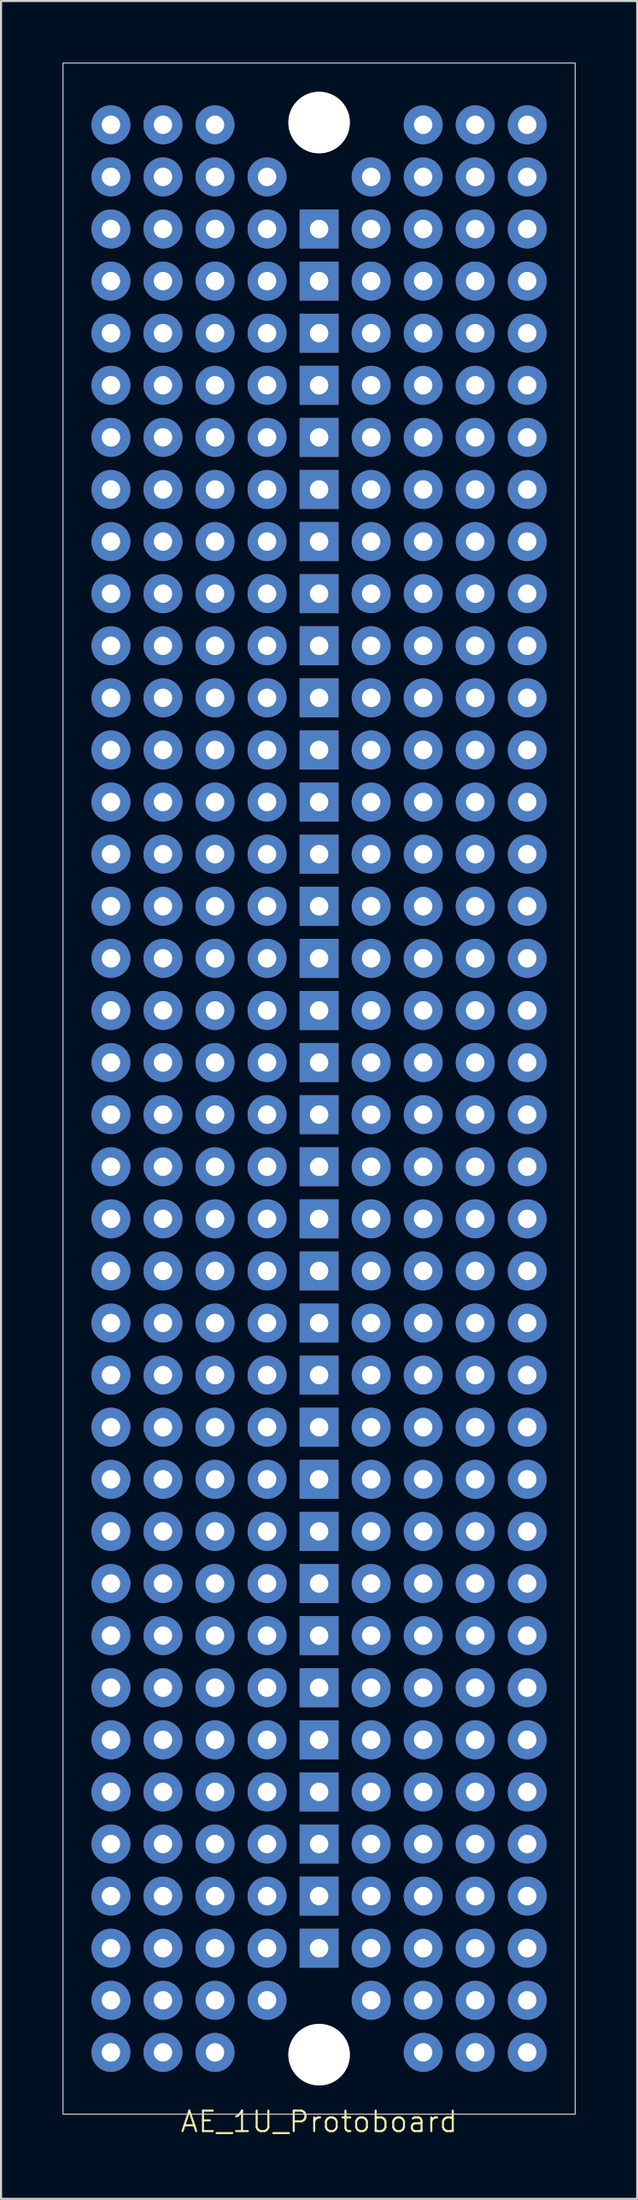
<source format=kicad_pcb>
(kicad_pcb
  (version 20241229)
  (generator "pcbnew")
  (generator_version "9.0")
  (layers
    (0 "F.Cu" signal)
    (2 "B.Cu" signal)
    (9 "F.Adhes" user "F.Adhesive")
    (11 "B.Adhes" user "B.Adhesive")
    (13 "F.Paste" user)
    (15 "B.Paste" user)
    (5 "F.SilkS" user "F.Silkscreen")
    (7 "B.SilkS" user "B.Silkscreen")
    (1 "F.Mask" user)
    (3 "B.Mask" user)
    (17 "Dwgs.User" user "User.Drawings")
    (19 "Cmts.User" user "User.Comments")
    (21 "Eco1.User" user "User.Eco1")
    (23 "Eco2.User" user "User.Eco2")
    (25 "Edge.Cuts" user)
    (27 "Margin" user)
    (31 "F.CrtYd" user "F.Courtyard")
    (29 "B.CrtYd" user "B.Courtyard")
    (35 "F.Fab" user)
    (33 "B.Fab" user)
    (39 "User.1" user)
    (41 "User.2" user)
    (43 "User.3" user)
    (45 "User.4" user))
  (footprint "AE_1U_Protoboard"
    (layer "F.Cu")
    (at 12.525 100.895)
    (property "Reference" "AE_1U_Protoboard" (at 0 -0.5 0) (unlocked yes) (layer "F.SilkS") (effects (font (size 1 1) (thickness 0.1))))
    (attr smd)
    (fp_rect (start -12.5 -100.87) (end 12.5 -0.87) (stroke (width 0.05) (type solid)) (fill no) (layer "Edge.Cuts"))
    (pad "" thru_hole circle (at -10.16 -97.86) (size 1.9 1.9) (drill 0.9) (layers "*.Cu" "*.Mask"))
    (pad "" thru_hole circle (at -10.16 -95.32) (size 1.9 1.9) (drill 0.9) (layers "*.Cu" "*.Mask"))
    (pad "" thru_hole circle (at -10.16 -92.78) (size 1.9 1.9) (drill 0.9) (layers "*.Cu" "*.Mask"))
    (pad "" thru_hole circle (at -10.16 -90.24) (size 1.9 1.9) (drill 0.9) (layers "*.Cu" "*.Mask"))
    (pad "" thru_hole circle (at -10.16 -87.7) (size 1.9 1.9) (drill 0.9) (layers "*.Cu" "*.Mask"))
    (pad "" thru_hole circle (at -10.16 -85.16) (size 1.9 1.9) (drill 0.9) (layers "*.Cu" "*.Mask"))
    (pad "" thru_hole circle (at -10.16 -82.62) (size 1.9 1.9) (drill 0.9) (layers "*.Cu" "*.Mask"))
    (pad "" thru_hole circle (at -10.16 -80.08) (size 1.9 1.9) (drill 0.9) (layers "*.Cu" "*.Mask"))
    (pad "" thru_hole circle (at -10.16 -77.54) (size 1.9 1.9) (drill 0.9) (layers "*.Cu" "*.Mask"))
    (pad "" thru_hole circle (at -10.16 -75) (size 1.9 1.9) (drill 0.9) (layers "*.Cu" "*.Mask"))
    (pad "" thru_hole circle (at -10.16 -72.46) (size 1.9 1.9) (drill 0.9) (layers "*.Cu" "*.Mask"))
    (pad "" thru_hole circle (at -10.16 -69.92) (size 1.9 1.9) (drill 0.9) (layers "*.Cu" "*.Mask"))
    (pad "" thru_hole circle (at -10.16 -67.38) (size 1.9 1.9) (drill 0.9) (layers "*.Cu" "*.Mask"))
    (pad "" thru_hole circle (at -10.16 -64.84) (size 1.9 1.9) (drill 0.9) (layers "*.Cu" "*.Mask"))
    (pad "" thru_hole circle (at -10.16 -62.3) (size 1.9 1.9) (drill 0.9) (layers "*.Cu" "*.Mask"))
    (pad "" thru_hole circle (at -10.16 -59.76) (size 1.9 1.9) (drill 0.9) (layers "*.Cu" "*.Mask"))
    (pad "" thru_hole circle (at -10.16 -57.22) (size 1.9 1.9) (drill 0.9) (layers "*.Cu" "*.Mask"))
    (pad "" thru_hole circle (at -10.16 -54.68) (size 1.9 1.9) (drill 0.9) (layers "*.Cu" "*.Mask"))
    (pad "" thru_hole circle (at -10.16 -52.14) (size 1.9 1.9) (drill 0.9) (layers "*.Cu" "*.Mask"))
    (pad "" thru_hole circle (at -10.16 -49.6) (size 1.9 1.9) (drill 0.9) (layers "*.Cu" "*.Mask"))
    (pad "" thru_hole circle (at -10.16 -47.06) (size 1.9 1.9) (drill 0.9) (layers "*.Cu" "*.Mask"))
    (pad "" thru_hole circle (at -10.16 -44.52) (size 1.9 1.9) (drill 0.9) (layers "*.Cu" "*.Mask"))
    (pad "" thru_hole circle (at -10.16 -41.98) (size 1.9 1.9) (drill 0.9) (layers "*.Cu" "*.Mask"))
    (pad "" thru_hole circle (at -10.16 -39.44) (size 1.9 1.9) (drill 0.9) (layers "*.Cu" "*.Mask"))
    (pad "" thru_hole circle (at -10.16 -36.9) (size 1.9 1.9) (drill 0.9) (layers "*.Cu" "*.Mask"))
    (pad "" thru_hole circle (at -10.16 -34.36) (size 1.9 1.9) (drill 0.9) (layers "*.Cu" "*.Mask"))
    (pad "" thru_hole circle (at -10.16 -31.82) (size 1.9 1.9) (drill 0.9) (layers "*.Cu" "*.Mask"))
    (pad "" thru_hole circle (at -10.16 -29.28) (size 1.9 1.9) (drill 0.9) (layers "*.Cu" "*.Mask"))
    (pad "" thru_hole circle (at -10.16 -26.74) (size 1.9 1.9) (drill 0.9) (layers "*.Cu" "*.Mask"))
    (pad "" thru_hole circle (at -10.16 -24.2) (size 1.9 1.9) (drill 0.9) (layers "*.Cu" "*.Mask"))
    (pad "" thru_hole circle (at -10.16 -21.66) (size 1.9 1.9) (drill 0.9) (layers "*.Cu" "*.Mask"))
    (pad "" thru_hole circle (at -10.16 -19.12) (size 1.9 1.9) (drill 0.9) (layers "*.Cu" "*.Mask"))
    (pad "" thru_hole circle (at -10.16 -16.58) (size 1.9 1.9) (drill 0.9) (layers "*.Cu" "*.Mask"))
    (pad "" thru_hole circle (at -10.16 -14.04) (size 1.9 1.9) (drill 0.9) (layers "*.Cu" "*.Mask"))
    (pad "" thru_hole circle (at -10.16 -11.5) (size 1.9 1.9) (drill 0.9) (layers "*.Cu" "*.Mask"))
    (pad "" thru_hole circle (at -10.16 -8.96) (size 1.9 1.9) (drill 0.9) (layers "*.Cu" "*.Mask"))
    (pad "" thru_hole circle (at -10.16 -6.42) (size 1.9 1.9) (drill 0.9) (layers "*.Cu" "*.Mask"))
    (pad "" thru_hole circle (at -10.16 -3.88) (size 1.9 1.9) (drill 0.9) (layers "*.Cu" "*.Mask"))
    (pad "" thru_hole circle (at -7.62 -97.86) (size 1.9 1.9) (drill 0.9) (layers "*.Cu" "*.Mask"))
    (pad "" thru_hole circle (at -7.62 -95.32) (size 1.9 1.9) (drill 0.9) (layers "*.Cu" "*.Mask"))
    (pad "" thru_hole circle (at -7.62 -92.78) (size 1.9 1.9) (drill 0.9) (layers "*.Cu" "*.Mask"))
    (pad "" thru_hole circle (at -7.62 -90.24) (size 1.9 1.9) (drill 0.9) (layers "*.Cu" "*.Mask"))
    (pad "" thru_hole circle (at -7.62 -87.7) (size 1.9 1.9) (drill 0.9) (layers "*.Cu" "*.Mask"))
    (pad "" thru_hole circle (at -7.62 -85.16) (size 1.9 1.9) (drill 0.9) (layers "*.Cu" "*.Mask"))
    (pad "" thru_hole circle (at -7.62 -82.62) (size 1.9 1.9) (drill 0.9) (layers "*.Cu" "*.Mask"))
    (pad "" thru_hole circle (at -7.62 -80.08) (size 1.9 1.9) (drill 0.9) (layers "*.Cu" "*.Mask"))
    (pad "" thru_hole circle (at -7.62 -77.54) (size 1.9 1.9) (drill 0.9) (layers "*.Cu" "*.Mask"))
    (pad "" thru_hole circle (at -7.62 -75) (size 1.9 1.9) (drill 0.9) (layers "*.Cu" "*.Mask"))
    (pad "" thru_hole circle (at -7.62 -72.46) (size 1.9 1.9) (drill 0.9) (layers "*.Cu" "*.Mask"))
    (pad "" thru_hole circle (at -7.62 -69.92) (size 1.9 1.9) (drill 0.9) (layers "*.Cu" "*.Mask"))
    (pad "" thru_hole circle (at -7.62 -67.38) (size 1.9 1.9) (drill 0.9) (layers "*.Cu" "*.Mask"))
    (pad "" thru_hole circle (at -7.62 -64.84) (size 1.9 1.9) (drill 0.9) (layers "*.Cu" "*.Mask"))
    (pad "" thru_hole circle (at -7.62 -62.3) (size 1.9 1.9) (drill 0.9) (layers "*.Cu" "*.Mask"))
    (pad "" thru_hole circle (at -7.62 -59.76) (size 1.9 1.9) (drill 0.9) (layers "*.Cu" "*.Mask"))
    (pad "" thru_hole circle (at -7.62 -57.22) (size 1.9 1.9) (drill 0.9) (layers "*.Cu" "*.Mask"))
    (pad "" thru_hole circle (at -7.62 -54.68) (size 1.9 1.9) (drill 0.9) (layers "*.Cu" "*.Mask"))
    (pad "" thru_hole circle (at -7.62 -52.14) (size 1.9 1.9) (drill 0.9) (layers "*.Cu" "*.Mask"))
    (pad "" thru_hole circle (at -7.62 -49.6) (size 1.9 1.9) (drill 0.9) (layers "*.Cu" "*.Mask"))
    (pad "" thru_hole circle (at -7.62 -47.06) (size 1.9 1.9) (drill 0.9) (layers "*.Cu" "*.Mask"))
    (pad "" thru_hole circle (at -7.62 -44.52) (size 1.9 1.9) (drill 0.9) (layers "*.Cu" "*.Mask"))
    (pad "" thru_hole circle (at -7.62 -41.98) (size 1.9 1.9) (drill 0.9) (layers "*.Cu" "*.Mask"))
    (pad "" thru_hole circle (at -7.62 -39.44) (size 1.9 1.9) (drill 0.9) (layers "*.Cu" "*.Mask"))
    (pad "" thru_hole circle (at -7.62 -36.9) (size 1.9 1.9) (drill 0.9) (layers "*.Cu" "*.Mask"))
    (pad "" thru_hole circle (at -7.62 -34.36) (size 1.9 1.9) (drill 0.9) (layers "*.Cu" "*.Mask"))
    (pad "" thru_hole circle (at -7.62 -31.82) (size 1.9 1.9) (drill 0.9) (layers "*.Cu" "*.Mask"))
    (pad "" thru_hole circle (at -7.62 -29.28) (size 1.9 1.9) (drill 0.9) (layers "*.Cu" "*.Mask"))
    (pad "" thru_hole circle (at -7.62 -26.74) (size 1.9 1.9) (drill 0.9) (layers "*.Cu" "*.Mask"))
    (pad "" thru_hole circle (at -7.62 -24.2) (size 1.9 1.9) (drill 0.9) (layers "*.Cu" "*.Mask"))
    (pad "" thru_hole circle (at -7.62 -21.66) (size 1.9 1.9) (drill 0.9) (layers "*.Cu" "*.Mask"))
    (pad "" thru_hole circle (at -7.62 -19.12) (size 1.9 1.9) (drill 0.9) (layers "*.Cu" "*.Mask"))
    (pad "" thru_hole circle (at -7.62 -16.58) (size 1.9 1.9) (drill 0.9) (layers "*.Cu" "*.Mask"))
    (pad "" thru_hole circle (at -7.62 -14.04) (size 1.9 1.9) (drill 0.9) (layers "*.Cu" "*.Mask"))
    (pad "" thru_hole circle (at -7.62 -11.5) (size 1.9 1.9) (drill 0.9) (layers "*.Cu" "*.Mask"))
    (pad "" thru_hole circle (at -7.62 -8.96) (size 1.9 1.9) (drill 0.9) (layers "*.Cu" "*.Mask"))
    (pad "" thru_hole circle (at -7.62 -6.42) (size 1.9 1.9) (drill 0.9) (layers "*.Cu" "*.Mask"))
    (pad "" thru_hole circle (at -7.62 -3.88) (size 1.9 1.9) (drill 0.9) (layers "*.Cu" "*.Mask"))
    (pad "" thru_hole circle (at -5.08 -97.86) (size 1.9 1.9) (drill 0.9) (layers "*.Cu" "*.Mask"))
    (pad "" thru_hole circle (at -5.08 -95.32) (size 1.9 1.9) (drill 0.9) (layers "*.Cu" "*.Mask"))
    (pad "" thru_hole circle (at -5.08 -92.78) (size 1.9 1.9) (drill 0.9) (layers "*.Cu" "*.Mask"))
    (pad "" thru_hole circle (at -5.08 -90.24) (size 1.9 1.9) (drill 0.9) (layers "*.Cu" "*.Mask"))
    (pad "" thru_hole circle (at -5.08 -87.7) (size 1.9 1.9) (drill 0.9) (layers "*.Cu" "*.Mask"))
    (pad "" thru_hole circle (at -5.08 -85.16) (size 1.9 1.9) (drill 0.9) (layers "*.Cu" "*.Mask"))
    (pad "" thru_hole circle (at -5.08 -82.62) (size 1.9 1.9) (drill 0.9) (layers "*.Cu" "*.Mask"))
    (pad "" thru_hole circle (at -5.08 -80.08) (size 1.9 1.9) (drill 0.9) (layers "*.Cu" "*.Mask"))
    (pad "" thru_hole circle (at -5.08 -77.54) (size 1.9 1.9) (drill 0.9) (layers "*.Cu" "*.Mask"))
    (pad "" thru_hole circle (at -5.08 -75) (size 1.9 1.9) (drill 0.9) (layers "*.Cu" "*.Mask"))
    (pad "" thru_hole circle (at -5.08 -72.46) (size 1.9 1.9) (drill 0.9) (layers "*.Cu" "*.Mask"))
    (pad "" thru_hole circle (at -5.08 -69.92) (size 1.9 1.9) (drill 0.9) (layers "*.Cu" "*.Mask"))
    (pad "" thru_hole circle (at -5.08 -67.38) (size 1.9 1.9) (drill 0.9) (layers "*.Cu" "*.Mask"))
    (pad "" thru_hole circle (at -5.08 -64.84) (size 1.9 1.9) (drill 0.9) (layers "*.Cu" "*.Mask"))
    (pad "" thru_hole circle (at -5.08 -62.3) (size 1.9 1.9) (drill 0.9) (layers "*.Cu" "*.Mask"))
    (pad "" thru_hole circle (at -5.08 -59.76) (size 1.9 1.9) (drill 0.9) (layers "*.Cu" "*.Mask"))
    (pad "" thru_hole circle (at -5.08 -57.22) (size 1.9 1.9) (drill 0.9) (layers "*.Cu" "*.Mask"))
    (pad "" thru_hole circle (at -5.08 -54.68) (size 1.9 1.9) (drill 0.9) (layers "*.Cu" "*.Mask"))
    (pad "" thru_hole circle (at -5.08 -52.14) (size 1.9 1.9) (drill 0.9) (layers "*.Cu" "*.Mask"))
    (pad "" thru_hole circle (at -5.08 -49.6) (size 1.9 1.9) (drill 0.9) (layers "*.Cu" "*.Mask"))
    (pad "" thru_hole circle (at -5.08 -47.06) (size 1.9 1.9) (drill 0.9) (layers "*.Cu" "*.Mask"))
    (pad "" thru_hole circle (at -5.08 -44.52) (size 1.9 1.9) (drill 0.9) (layers "*.Cu" "*.Mask"))
    (pad "" thru_hole circle (at -5.08 -41.98) (size 1.9 1.9) (drill 0.9) (layers "*.Cu" "*.Mask"))
    (pad "" thru_hole circle (at -5.08 -39.44) (size 1.9 1.9) (drill 0.9) (layers "*.Cu" "*.Mask"))
    (pad "" thru_hole circle (at -5.08 -36.9) (size 1.9 1.9) (drill 0.9) (layers "*.Cu" "*.Mask"))
    (pad "" thru_hole circle (at -5.08 -34.36) (size 1.9 1.9) (drill 0.9) (layers "*.Cu" "*.Mask"))
    (pad "" thru_hole circle (at -5.08 -31.82) (size 1.9 1.9) (drill 0.9) (layers "*.Cu" "*.Mask"))
    (pad "" thru_hole circle (at -5.08 -29.28) (size 1.9 1.9) (drill 0.9) (layers "*.Cu" "*.Mask"))
    (pad "" thru_hole circle (at -5.08 -26.74) (size 1.9 1.9) (drill 0.9) (layers "*.Cu" "*.Mask"))
    (pad "" thru_hole circle (at -5.08 -24.2) (size 1.9 1.9) (drill 0.9) (layers "*.Cu" "*.Mask"))
    (pad "" thru_hole circle (at -5.08 -21.66) (size 1.9 1.9) (drill 0.9) (layers "*.Cu" "*.Mask"))
    (pad "" thru_hole circle (at -5.08 -19.12) (size 1.9 1.9) (drill 0.9) (layers "*.Cu" "*.Mask"))
    (pad "" thru_hole circle (at -5.08 -16.58) (size 1.9 1.9) (drill 0.9) (layers "*.Cu" "*.Mask"))
    (pad "" thru_hole circle (at -5.08 -14.04) (size 1.9 1.9) (drill 0.9) (layers "*.Cu" "*.Mask"))
    (pad "" thru_hole circle (at -5.08 -11.5) (size 1.9 1.9) (drill 0.9) (layers "*.Cu" "*.Mask"))
    (pad "" thru_hole circle (at -5.08 -8.96) (size 1.9 1.9) (drill 0.9) (layers "*.Cu" "*.Mask"))
    (pad "" thru_hole circle (at -5.08 -6.42) (size 1.9 1.9) (drill 0.9) (layers "*.Cu" "*.Mask"))
    (pad "" thru_hole circle (at -5.08 -3.88) (size 1.9 1.9) (drill 0.9) (layers "*.Cu" "*.Mask"))
    (pad "" thru_hole circle (at -2.54 -95.32) (size 1.9 1.9) (drill 0.9) (layers "*.Cu" "*.Mask"))
    (pad "" thru_hole circle (at -2.54 -92.78) (size 1.9 1.9) (drill 0.9) (layers "*.Cu" "*.Mask"))
    (pad "" thru_hole circle (at -2.54 -90.24) (size 1.9 1.9) (drill 0.9) (layers "*.Cu" "*.Mask"))
    (pad "" thru_hole circle (at -2.54 -87.7) (size 1.9 1.9) (drill 0.9) (layers "*.Cu" "*.Mask"))
    (pad "" thru_hole circle (at -2.54 -85.16) (size 1.9 1.9) (drill 0.9) (layers "*.Cu" "*.Mask"))
    (pad "" thru_hole circle (at -2.54 -82.62) (size 1.9 1.9) (drill 0.9) (layers "*.Cu" "*.Mask"))
    (pad "" thru_hole circle (at -2.54 -80.08) (size 1.9 1.9) (drill 0.9) (layers "*.Cu" "*.Mask"))
    (pad "" thru_hole circle (at -2.54 -77.54) (size 1.9 1.9) (drill 0.9) (layers "*.Cu" "*.Mask"))
    (pad "" thru_hole circle (at -2.54 -75) (size 1.9 1.9) (drill 0.9) (layers "*.Cu" "*.Mask"))
    (pad "" thru_hole circle (at -2.54 -72.46) (size 1.9 1.9) (drill 0.9) (layers "*.Cu" "*.Mask"))
    (pad "" thru_hole circle (at -2.54 -69.92) (size 1.9 1.9) (drill 0.9) (layers "*.Cu" "*.Mask"))
    (pad "" thru_hole circle (at -2.54 -67.38) (size 1.9 1.9) (drill 0.9) (layers "*.Cu" "*.Mask"))
    (pad "" thru_hole circle (at -2.54 -64.84) (size 1.9 1.9) (drill 0.9) (layers "*.Cu" "*.Mask"))
    (pad "" thru_hole circle (at -2.54 -62.3) (size 1.9 1.9) (drill 0.9) (layers "*.Cu" "*.Mask"))
    (pad "" thru_hole circle (at -2.54 -59.76) (size 1.9 1.9) (drill 0.9) (layers "*.Cu" "*.Mask"))
    (pad "" thru_hole circle (at -2.54 -57.22) (size 1.9 1.9) (drill 0.9) (layers "*.Cu" "*.Mask"))
    (pad "" thru_hole circle (at -2.54 -54.68) (size 1.9 1.9) (drill 0.9) (layers "*.Cu" "*.Mask"))
    (pad "" thru_hole circle (at -2.54 -52.14) (size 1.9 1.9) (drill 0.9) (layers "*.Cu" "*.Mask"))
    (pad "" thru_hole circle (at -2.54 -49.6) (size 1.9 1.9) (drill 0.9) (layers "*.Cu" "*.Mask"))
    (pad "" thru_hole circle (at -2.54 -47.06) (size 1.9 1.9) (drill 0.9) (layers "*.Cu" "*.Mask"))
    (pad "" thru_hole circle (at -2.54 -44.52) (size 1.9 1.9) (drill 0.9) (layers "*.Cu" "*.Mask"))
    (pad "" thru_hole circle (at -2.54 -41.98) (size 1.9 1.9) (drill 0.9) (layers "*.Cu" "*.Mask"))
    (pad "" thru_hole circle (at -2.54 -39.44) (size 1.9 1.9) (drill 0.9) (layers "*.Cu" "*.Mask"))
    (pad "" thru_hole circle (at -2.54 -36.9) (size 1.9 1.9) (drill 0.9) (layers "*.Cu" "*.Mask"))
    (pad "" thru_hole circle (at -2.54 -34.36) (size 1.9 1.9) (drill 0.9) (layers "*.Cu" "*.Mask"))
    (pad "" thru_hole circle (at -2.54 -31.82) (size 1.9 1.9) (drill 0.9) (layers "*.Cu" "*.Mask"))
    (pad "" thru_hole circle (at -2.54 -29.28) (size 1.9 1.9) (drill 0.9) (layers "*.Cu" "*.Mask"))
    (pad "" thru_hole circle (at -2.54 -26.74) (size 1.9 1.9) (drill 0.9) (layers "*.Cu" "*.Mask"))
    (pad "" thru_hole circle (at -2.54 -24.2) (size 1.9 1.9) (drill 0.9) (layers "*.Cu" "*.Mask"))
    (pad "" thru_hole circle (at -2.54 -21.66) (size 1.9 1.9) (drill 0.9) (layers "*.Cu" "*.Mask"))
    (pad "" thru_hole circle (at -2.54 -19.12) (size 1.9 1.9) (drill 0.9) (layers "*.Cu" "*.Mask"))
    (pad "" thru_hole circle (at -2.54 -16.58) (size 1.9 1.9) (drill 0.9) (layers "*.Cu" "*.Mask"))
    (pad "" thru_hole circle (at -2.54 -14.04) (size 1.9 1.9) (drill 0.9) (layers "*.Cu" "*.Mask"))
    (pad "" thru_hole circle (at -2.54 -11.5) (size 1.9 1.9) (drill 0.9) (layers "*.Cu" "*.Mask"))
    (pad "" thru_hole circle (at -2.54 -8.96) (size 1.9 1.9) (drill 0.9) (layers "*.Cu" "*.Mask"))
    (pad "" thru_hole circle (at -2.54 -6.42) (size 1.9 1.9) (drill 0.9) (layers "*.Cu" "*.Mask"))
    (pad "" thru_hole circle (at 0 -97.97) (size 3 3) (drill 3) (layers "*.Cu" "*.Mask"))
    (pad "" thru_hole rect (at 0 -92.78) (size 1.9 1.9) (drill 0.9) (layers "*.Cu" "*.Mask"))
    (pad "" thru_hole rect (at 0 -90.24) (size 1.9 1.9) (drill 0.9) (layers "*.Cu" "*.Mask"))
    (pad "" thru_hole rect (at 0 -87.7) (size 1.9 1.9) (drill 0.9) (layers "*.Cu" "*.Mask"))
    (pad "" thru_hole rect (at 0 -85.16) (size 1.9 1.9) (drill 0.9) (layers "*.Cu" "*.Mask"))
    (pad "" thru_hole rect (at 0 -82.62) (size 1.9 1.9) (drill 0.9) (layers "*.Cu" "*.Mask"))
    (pad "" thru_hole rect (at 0 -80.08) (size 1.9 1.9) (drill 0.9) (layers "*.Cu" "*.Mask"))
    (pad "" thru_hole rect (at 0 -77.54) (size 1.9 1.9) (drill 0.9) (layers "*.Cu" "*.Mask"))
    (pad "" thru_hole rect (at 0 -75) (size 1.9 1.9) (drill 0.9) (layers "*.Cu" "*.Mask"))
    (pad "" thru_hole rect (at 0 -72.46) (size 1.9 1.9) (drill 0.9) (layers "*.Cu" "*.Mask"))
    (pad "" thru_hole rect (at 0 -69.92) (size 1.9 1.9) (drill 0.9) (layers "*.Cu" "*.Mask"))
    (pad "" thru_hole rect (at 0 -67.38) (size 1.9 1.9) (drill 0.9) (layers "*.Cu" "*.Mask"))
    (pad "" thru_hole rect (at 0 -64.84) (size 1.9 1.9) (drill 0.9) (layers "*.Cu" "*.Mask"))
    (pad "" thru_hole rect (at 0 -62.3) (size 1.9 1.9) (drill 0.9) (layers "*.Cu" "*.Mask"))
    (pad "" thru_hole rect (at 0 -59.76) (size 1.9 1.9) (drill 0.9) (layers "*.Cu" "*.Mask"))
    (pad "" thru_hole rect (at 0 -57.22) (size 1.9 1.9) (drill 0.9) (layers "*.Cu" "*.Mask"))
    (pad "" thru_hole rect (at 0 -54.68) (size 1.9 1.9) (drill 0.9) (layers "*.Cu" "*.Mask"))
    (pad "" thru_hole rect (at 0 -52.14) (size 1.9 1.9) (drill 0.9) (layers "*.Cu" "*.Mask"))
    (pad "" thru_hole rect (at 0 -49.6) (size 1.9 1.9) (drill 0.9) (layers "*.Cu" "*.Mask"))
    (pad "" thru_hole rect (at 0 -47.06) (size 1.9 1.9) (drill 0.9) (layers "*.Cu" "*.Mask"))
    (pad "" thru_hole rect (at 0 -44.52) (size 1.9 1.9) (drill 0.9) (layers "*.Cu" "*.Mask"))
    (pad "" thru_hole rect (at 0 -41.98) (size 1.9 1.9) (drill 0.9) (layers "*.Cu" "*.Mask"))
    (pad "" thru_hole rect (at 0 -39.44) (size 1.9 1.9) (drill 0.9) (layers "*.Cu" "*.Mask"))
    (pad "" thru_hole rect (at 0 -36.9) (size 1.9 1.9) (drill 0.9) (layers "*.Cu" "*.Mask"))
    (pad "" thru_hole rect (at 0 -34.36) (size 1.9 1.9) (drill 0.9) (layers "*.Cu" "*.Mask"))
    (pad "" thru_hole rect (at 0 -31.82) (size 1.9 1.9) (drill 0.9) (layers "*.Cu" "*.Mask"))
    (pad "" thru_hole rect (at 0 -29.28) (size 1.9 1.9) (drill 0.9) (layers "*.Cu" "*.Mask"))
    (pad "" thru_hole rect (at 0 -26.74) (size 1.9 1.9) (drill 0.9) (layers "*.Cu" "*.Mask"))
    (pad "" thru_hole rect (at 0 -24.2) (size 1.9 1.9) (drill 0.9) (layers "*.Cu" "*.Mask"))
    (pad "" thru_hole rect (at 0 -21.66) (size 1.9 1.9) (drill 0.9) (layers "*.Cu" "*.Mask"))
    (pad "" thru_hole rect (at 0 -19.12) (size 1.9 1.9) (drill 0.9) (layers "*.Cu" "*.Mask"))
    (pad "" thru_hole rect (at 0 -16.58) (size 1.9 1.9) (drill 0.9) (layers "*.Cu" "*.Mask"))
    (pad "" thru_hole rect (at 0 -14.04) (size 1.9 1.9) (drill 0.9) (layers "*.Cu" "*.Mask"))
    (pad "" thru_hole rect (at 0 -11.5) (size 1.9 1.9) (drill 0.9) (layers "*.Cu" "*.Mask"))
    (pad "" thru_hole rect (at 0 -8.96) (size 1.9 1.9) (drill 0.9) (layers "*.Cu" "*.Mask"))
    (pad "" thru_hole circle (at 0 -3.77) (size 3 3) (drill 3) (layers "*.Cu" "*.Mask"))
    (pad "" thru_hole circle (at 2.54 -95.32) (size 1.9 1.9) (drill 0.9) (layers "*.Cu" "*.Mask"))
    (pad "" thru_hole circle (at 2.54 -92.78) (size 1.9 1.9) (drill 0.9) (layers "*.Cu" "*.Mask"))
    (pad "" thru_hole circle (at 2.54 -90.24) (size 1.9 1.9) (drill 0.9) (layers "*.Cu" "*.Mask"))
    (pad "" thru_hole circle (at 2.54 -87.7) (size 1.9 1.9) (drill 0.9) (layers "*.Cu" "*.Mask"))
    (pad "" thru_hole circle (at 2.54 -85.16) (size 1.9 1.9) (drill 0.9) (layers "*.Cu" "*.Mask"))
    (pad "" thru_hole circle (at 2.54 -82.62) (size 1.9 1.9) (drill 0.9) (layers "*.Cu" "*.Mask"))
    (pad "" thru_hole circle (at 2.54 -80.08) (size 1.9 1.9) (drill 0.9) (layers "*.Cu" "*.Mask"))
    (pad "" thru_hole circle (at 2.54 -77.54) (size 1.9 1.9) (drill 0.9) (layers "*.Cu" "*.Mask"))
    (pad "" thru_hole circle (at 2.54 -75) (size 1.9 1.9) (drill 0.9) (layers "*.Cu" "*.Mask"))
    (pad "" thru_hole circle (at 2.54 -72.46) (size 1.9 1.9) (drill 0.9) (layers "*.Cu" "*.Mask"))
    (pad "" thru_hole circle (at 2.54 -69.92) (size 1.9 1.9) (drill 0.9) (layers "*.Cu" "*.Mask"))
    (pad "" thru_hole circle (at 2.54 -67.38) (size 1.9 1.9) (drill 0.9) (layers "*.Cu" "*.Mask"))
    (pad "" thru_hole circle (at 2.54 -64.84) (size 1.9 1.9) (drill 0.9) (layers "*.Cu" "*.Mask"))
    (pad "" thru_hole circle (at 2.54 -62.3) (size 1.9 1.9) (drill 0.9) (layers "*.Cu" "*.Mask"))
    (pad "" thru_hole circle (at 2.54 -59.76) (size 1.9 1.9) (drill 0.9) (layers "*.Cu" "*.Mask"))
    (pad "" thru_hole circle (at 2.54 -57.22) (size 1.9 1.9) (drill 0.9) (layers "*.Cu" "*.Mask"))
    (pad "" thru_hole circle (at 2.54 -54.68) (size 1.9 1.9) (drill 0.9) (layers "*.Cu" "*.Mask"))
    (pad "" thru_hole circle (at 2.54 -52.14) (size 1.9 1.9) (drill 0.9) (layers "*.Cu" "*.Mask"))
    (pad "" thru_hole circle (at 2.54 -49.6) (size 1.9 1.9) (drill 0.9) (layers "*.Cu" "*.Mask"))
    (pad "" thru_hole circle (at 2.54 -47.06) (size 1.9 1.9) (drill 0.9) (layers "*.Cu" "*.Mask"))
    (pad "" thru_hole circle (at 2.54 -44.52) (size 1.9 1.9) (drill 0.9) (layers "*.Cu" "*.Mask"))
    (pad "" thru_hole circle (at 2.54 -41.98) (size 1.9 1.9) (drill 0.9) (layers "*.Cu" "*.Mask"))
    (pad "" thru_hole circle (at 2.54 -39.44) (size 1.9 1.9) (drill 0.9) (layers "*.Cu" "*.Mask"))
    (pad "" thru_hole circle (at 2.54 -36.9) (size 1.9 1.9) (drill 0.9) (layers "*.Cu" "*.Mask"))
    (pad "" thru_hole circle (at 2.54 -34.36) (size 1.9 1.9) (drill 0.9) (layers "*.Cu" "*.Mask"))
    (pad "" thru_hole circle (at 2.54 -31.82) (size 1.9 1.9) (drill 0.9) (layers "*.Cu" "*.Mask"))
    (pad "" thru_hole circle (at 2.54 -29.28) (size 1.9 1.9) (drill 0.9) (layers "*.Cu" "*.Mask"))
    (pad "" thru_hole circle (at 2.54 -26.74) (size 1.9 1.9) (drill 0.9) (layers "*.Cu" "*.Mask"))
    (pad "" thru_hole circle (at 2.54 -24.2) (size 1.9 1.9) (drill 0.9) (layers "*.Cu" "*.Mask"))
    (pad "" thru_hole circle (at 2.54 -21.66) (size 1.9 1.9) (drill 0.9) (layers "*.Cu" "*.Mask"))
    (pad "" thru_hole circle (at 2.54 -19.12) (size 1.9 1.9) (drill 0.9) (layers "*.Cu" "*.Mask"))
    (pad "" thru_hole circle (at 2.54 -16.58) (size 1.9 1.9) (drill 0.9) (layers "*.Cu" "*.Mask"))
    (pad "" thru_hole circle (at 2.54 -14.04) (size 1.9 1.9) (drill 0.9) (layers "*.Cu" "*.Mask"))
    (pad "" thru_hole circle (at 2.54 -11.5) (size 1.9 1.9) (drill 0.9) (layers "*.Cu" "*.Mask"))
    (pad "" thru_hole circle (at 2.54 -8.96) (size 1.9 1.9) (drill 0.9) (layers "*.Cu" "*.Mask"))
    (pad "" thru_hole circle (at 2.54 -6.42) (size 1.9 1.9) (drill 0.9) (layers "*.Cu" "*.Mask"))
    (pad "" thru_hole circle (at 5.08 -97.86) (size 1.9 1.9) (drill 0.9) (layers "*.Cu" "*.Mask"))
    (pad "" thru_hole circle (at 5.08 -95.32) (size 1.9 1.9) (drill 0.9) (layers "*.Cu" "*.Mask"))
    (pad "" thru_hole circle (at 5.08 -92.78) (size 1.9 1.9) (drill 0.9) (layers "*.Cu" "*.Mask"))
    (pad "" thru_hole circle (at 5.08 -90.24) (size 1.9 1.9) (drill 0.9) (layers "*.Cu" "*.Mask"))
    (pad "" thru_hole circle (at 5.08 -87.7) (size 1.9 1.9) (drill 0.9) (layers "*.Cu" "*.Mask"))
    (pad "" thru_hole circle (at 5.08 -85.16) (size 1.9 1.9) (drill 0.9) (layers "*.Cu" "*.Mask"))
    (pad "" thru_hole circle (at 5.08 -82.62) (size 1.9 1.9) (drill 0.9) (layers "*.Cu" "*.Mask"))
    (pad "" thru_hole circle (at 5.08 -80.08) (size 1.9 1.9) (drill 0.9) (layers "*.Cu" "*.Mask"))
    (pad "" thru_hole circle (at 5.08 -77.54) (size 1.9 1.9) (drill 0.9) (layers "*.Cu" "*.Mask"))
    (pad "" thru_hole circle (at 5.08 -75) (size 1.9 1.9) (drill 0.9) (layers "*.Cu" "*.Mask"))
    (pad "" thru_hole circle (at 5.08 -72.46) (size 1.9 1.9) (drill 0.9) (layers "*.Cu" "*.Mask"))
    (pad "" thru_hole circle (at 5.08 -69.92) (size 1.9 1.9) (drill 0.9) (layers "*.Cu" "*.Mask"))
    (pad "" thru_hole circle (at 5.08 -67.38) (size 1.9 1.9) (drill 0.9) (layers "*.Cu" "*.Mask"))
    (pad "" thru_hole circle (at 5.08 -64.84) (size 1.9 1.9) (drill 0.9) (layers "*.Cu" "*.Mask"))
    (pad "" thru_hole circle (at 5.08 -62.3) (size 1.9 1.9) (drill 0.9) (layers "*.Cu" "*.Mask"))
    (pad "" thru_hole circle (at 5.08 -59.76) (size 1.9 1.9) (drill 0.9) (layers "*.Cu" "*.Mask"))
    (pad "" thru_hole circle (at 5.08 -57.22) (size 1.9 1.9) (drill 0.9) (layers "*.Cu" "*.Mask"))
    (pad "" thru_hole circle (at 5.08 -54.68) (size 1.9 1.9) (drill 0.9) (layers "*.Cu" "*.Mask"))
    (pad "" thru_hole circle (at 5.08 -52.14) (size 1.9 1.9) (drill 0.9) (layers "*.Cu" "*.Mask"))
    (pad "" thru_hole circle (at 5.08 -49.6) (size 1.9 1.9) (drill 0.9) (layers "*.Cu" "*.Mask"))
    (pad "" thru_hole circle (at 5.08 -47.06) (size 1.9 1.9) (drill 0.9) (layers "*.Cu" "*.Mask"))
    (pad "" thru_hole circle (at 5.08 -44.52) (size 1.9 1.9) (drill 0.9) (layers "*.Cu" "*.Mask"))
    (pad "" thru_hole circle (at 5.08 -41.98) (size 1.9 1.9) (drill 0.9) (layers "*.Cu" "*.Mask"))
    (pad "" thru_hole circle (at 5.08 -39.44) (size 1.9 1.9) (drill 0.9) (layers "*.Cu" "*.Mask"))
    (pad "" thru_hole circle (at 5.08 -36.9) (size 1.9 1.9) (drill 0.9) (layers "*.Cu" "*.Mask"))
    (pad "" thru_hole circle (at 5.08 -34.36) (size 1.9 1.9) (drill 0.9) (layers "*.Cu" "*.Mask"))
    (pad "" thru_hole circle (at 5.08 -31.82) (size 1.9 1.9) (drill 0.9) (layers "*.Cu" "*.Mask"))
    (pad "" thru_hole circle (at 5.08 -29.28) (size 1.9 1.9) (drill 0.9) (layers "*.Cu" "*.Mask"))
    (pad "" thru_hole circle (at 5.08 -26.74) (size 1.9 1.9) (drill 0.9) (layers "*.Cu" "*.Mask"))
    (pad "" thru_hole circle (at 5.08 -24.2) (size 1.9 1.9) (drill 0.9) (layers "*.Cu" "*.Mask"))
    (pad "" thru_hole circle (at 5.08 -21.66) (size 1.9 1.9) (drill 0.9) (layers "*.Cu" "*.Mask"))
    (pad "" thru_hole circle (at 5.08 -19.12) (size 1.9 1.9) (drill 0.9) (layers "*.Cu" "*.Mask"))
    (pad "" thru_hole circle (at 5.08 -16.58) (size 1.9 1.9) (drill 0.9) (layers "*.Cu" "*.Mask"))
    (pad "" thru_hole circle (at 5.08 -14.04) (size 1.9 1.9) (drill 0.9) (layers "*.Cu" "*.Mask"))
    (pad "" thru_hole circle (at 5.08 -11.5) (size 1.9 1.9) (drill 0.9) (layers "*.Cu" "*.Mask"))
    (pad "" thru_hole circle (at 5.08 -8.96) (size 1.9 1.9) (drill 0.9) (layers "*.Cu" "*.Mask"))
    (pad "" thru_hole circle (at 5.08 -6.42) (size 1.9 1.9) (drill 0.9) (layers "*.Cu" "*.Mask"))
    (pad "" thru_hole circle (at 5.08 -3.88) (size 1.9 1.9) (drill 0.9) (layers "*.Cu" "*.Mask"))
    (pad "" thru_hole circle (at 7.62 -97.86) (size 1.9 1.9) (drill 0.9) (layers "*.Cu" "*.Mask"))
    (pad "" thru_hole circle (at 7.62 -95.32) (size 1.9 1.9) (drill 0.9) (layers "*.Cu" "*.Mask"))
    (pad "" thru_hole circle (at 7.62 -92.78) (size 1.9 1.9) (drill 0.9) (layers "*.Cu" "*.Mask"))
    (pad "" thru_hole circle (at 7.62 -90.24) (size 1.9 1.9) (drill 0.9) (layers "*.Cu" "*.Mask"))
    (pad "" thru_hole circle (at 7.62 -87.7) (size 1.9 1.9) (drill 0.9) (layers "*.Cu" "*.Mask"))
    (pad "" thru_hole circle (at 7.62 -85.16) (size 1.9 1.9) (drill 0.9) (layers "*.Cu" "*.Mask"))
    (pad "" thru_hole circle (at 7.62 -82.62) (size 1.9 1.9) (drill 0.9) (layers "*.Cu" "*.Mask"))
    (pad "" thru_hole circle (at 7.62 -80.08) (size 1.9 1.9) (drill 0.9) (layers "*.Cu" "*.Mask"))
    (pad "" thru_hole circle (at 7.62 -77.54) (size 1.9 1.9) (drill 0.9) (layers "*.Cu" "*.Mask"))
    (pad "" thru_hole circle (at 7.62 -75) (size 1.9 1.9) (drill 0.9) (layers "*.Cu" "*.Mask"))
    (pad "" thru_hole circle (at 7.62 -72.46) (size 1.9 1.9) (drill 0.9) (layers "*.Cu" "*.Mask"))
    (pad "" thru_hole circle (at 7.62 -69.92) (size 1.9 1.9) (drill 0.9) (layers "*.Cu" "*.Mask"))
    (pad "" thru_hole circle (at 7.62 -67.38) (size 1.9 1.9) (drill 0.9) (layers "*.Cu" "*.Mask"))
    (pad "" thru_hole circle (at 7.62 -64.84) (size 1.9 1.9) (drill 0.9) (layers "*.Cu" "*.Mask"))
    (pad "" thru_hole circle (at 7.62 -62.3) (size 1.9 1.9) (drill 0.9) (layers "*.Cu" "*.Mask"))
    (pad "" thru_hole circle (at 7.62 -59.76) (size 1.9 1.9) (drill 0.9) (layers "*.Cu" "*.Mask"))
    (pad "" thru_hole circle (at 7.62 -57.22) (size 1.9 1.9) (drill 0.9) (layers "*.Cu" "*.Mask"))
    (pad "" thru_hole circle (at 7.62 -54.68) (size 1.9 1.9) (drill 0.9) (layers "*.Cu" "*.Mask"))
    (pad "" thru_hole circle (at 7.62 -52.14) (size 1.9 1.9) (drill 0.9) (layers "*.Cu" "*.Mask"))
    (pad "" thru_hole circle (at 7.62 -49.6) (size 1.9 1.9) (drill 0.9) (layers "*.Cu" "*.Mask"))
    (pad "" thru_hole circle (at 7.62 -47.06) (size 1.9 1.9) (drill 0.9) (layers "*.Cu" "*.Mask"))
    (pad "" thru_hole circle (at 7.62 -44.52) (size 1.9 1.9) (drill 0.9) (layers "*.Cu" "*.Mask"))
    (pad "" thru_hole circle (at 7.62 -41.98) (size 1.9 1.9) (drill 0.9) (layers "*.Cu" "*.Mask"))
    (pad "" thru_hole circle (at 7.62 -39.44) (size 1.9 1.9) (drill 0.9) (layers "*.Cu" "*.Mask"))
    (pad "" thru_hole circle (at 7.62 -36.9) (size 1.9 1.9) (drill 0.9) (layers "*.Cu" "*.Mask"))
    (pad "" thru_hole circle (at 7.62 -34.36) (size 1.9 1.9) (drill 0.9) (layers "*.Cu" "*.Mask"))
    (pad "" thru_hole circle (at 7.62 -31.82) (size 1.9 1.9) (drill 0.9) (layers "*.Cu" "*.Mask"))
    (pad "" thru_hole circle (at 7.62 -29.28) (size 1.9 1.9) (drill 0.9) (layers "*.Cu" "*.Mask"))
    (pad "" thru_hole circle (at 7.62 -26.74) (size 1.9 1.9) (drill 0.9) (layers "*.Cu" "*.Mask"))
    (pad "" thru_hole circle (at 7.62 -24.2) (size 1.9 1.9) (drill 0.9) (layers "*.Cu" "*.Mask"))
    (pad "" thru_hole circle (at 7.62 -21.66) (size 1.9 1.9) (drill 0.9) (layers "*.Cu" "*.Mask"))
    (pad "" thru_hole circle (at 7.62 -19.12) (size 1.9 1.9) (drill 0.9) (layers "*.Cu" "*.Mask"))
    (pad "" thru_hole circle (at 7.62 -16.58) (size 1.9 1.9) (drill 0.9) (layers "*.Cu" "*.Mask"))
    (pad "" thru_hole circle (at 7.62 -14.04) (size 1.9 1.9) (drill 0.9) (layers "*.Cu" "*.Mask"))
    (pad "" thru_hole circle (at 7.62 -11.5) (size 1.9 1.9) (drill 0.9) (layers "*.Cu" "*.Mask"))
    (pad "" thru_hole circle (at 7.62 -8.96) (size 1.9 1.9) (drill 0.9) (layers "*.Cu" "*.Mask"))
    (pad "" thru_hole circle (at 7.62 -6.42) (size 1.9 1.9) (drill 0.9) (layers "*.Cu" "*.Mask"))
    (pad "" thru_hole circle (at 7.62 -3.88) (size 1.9 1.9) (drill 0.9) (layers "*.Cu" "*.Mask"))
    (pad "" thru_hole circle (at 10.16 -97.86) (size 1.9 1.9) (drill 0.9) (layers "*.Cu" "*.Mask"))
    (pad "" thru_hole circle (at 10.16 -95.32) (size 1.9 1.9) (drill 0.9) (layers "*.Cu" "*.Mask"))
    (pad "" thru_hole circle (at 10.16 -92.78) (size 1.9 1.9) (drill 0.9) (layers "*.Cu" "*.Mask"))
    (pad "" thru_hole circle (at 10.16 -90.24) (size 1.9 1.9) (drill 0.9) (layers "*.Cu" "*.Mask"))
    (pad "" thru_hole circle (at 10.16 -87.7) (size 1.9 1.9) (drill 0.9) (layers "*.Cu" "*.Mask"))
    (pad "" thru_hole circle (at 10.16 -85.16) (size 1.9 1.9) (drill 0.9) (layers "*.Cu" "*.Mask"))
    (pad "" thru_hole circle (at 10.16 -82.62) (size 1.9 1.9) (drill 0.9) (layers "*.Cu" "*.Mask"))
    (pad "" thru_hole circle (at 10.16 -80.08) (size 1.9 1.9) (drill 0.9) (layers "*.Cu" "*.Mask"))
    (pad "" thru_hole circle (at 10.16 -77.54) (size 1.9 1.9) (drill 0.9) (layers "*.Cu" "*.Mask"))
    (pad "" thru_hole circle (at 10.16 -75) (size 1.9 1.9) (drill 0.9) (layers "*.Cu" "*.Mask"))
    (pad "" thru_hole circle (at 10.16 -72.46) (size 1.9 1.9) (drill 0.9) (layers "*.Cu" "*.Mask"))
    (pad "" thru_hole circle (at 10.16 -69.92) (size 1.9 1.9) (drill 0.9) (layers "*.Cu" "*.Mask"))
    (pad "" thru_hole circle (at 10.16 -67.38) (size 1.9 1.9) (drill 0.9) (layers "*.Cu" "*.Mask"))
    (pad "" thru_hole circle (at 10.16 -64.84) (size 1.9 1.9) (drill 0.9) (layers "*.Cu" "*.Mask"))
    (pad "" thru_hole circle (at 10.16 -62.3) (size 1.9 1.9) (drill 0.9) (layers "*.Cu" "*.Mask"))
    (pad "" thru_hole circle (at 10.16 -59.76) (size 1.9 1.9) (drill 0.9) (layers "*.Cu" "*.Mask"))
    (pad "" thru_hole circle (at 10.16 -57.22) (size 1.9 1.9) (drill 0.9) (layers "*.Cu" "*.Mask"))
    (pad "" thru_hole circle (at 10.16 -54.68) (size 1.9 1.9) (drill 0.9) (layers "*.Cu" "*.Mask"))
    (pad "" thru_hole circle (at 10.16 -52.14) (size 1.9 1.9) (drill 0.9) (layers "*.Cu" "*.Mask"))
    (pad "" thru_hole circle (at 10.16 -49.6) (size 1.9 1.9) (drill 0.9) (layers "*.Cu" "*.Mask"))
    (pad "" thru_hole circle (at 10.16 -47.06) (size 1.9 1.9) (drill 0.9) (layers "*.Cu" "*.Mask"))
    (pad "" thru_hole circle (at 10.16 -44.52) (size 1.9 1.9) (drill 0.9) (layers "*.Cu" "*.Mask"))
    (pad "" thru_hole circle (at 10.16 -41.98) (size 1.9 1.9) (drill 0.9) (layers "*.Cu" "*.Mask"))
    (pad "" thru_hole circle (at 10.16 -39.44) (size 1.9 1.9) (drill 0.9) (layers "*.Cu" "*.Mask"))
    (pad "" thru_hole circle (at 10.16 -36.9) (size 1.9 1.9) (drill 0.9) (layers "*.Cu" "*.Mask"))
    (pad "" thru_hole circle (at 10.16 -34.36) (size 1.9 1.9) (drill 0.9) (layers "*.Cu" "*.Mask"))
    (pad "" thru_hole circle (at 10.16 -31.82) (size 1.9 1.9) (drill 0.9) (layers "*.Cu" "*.Mask"))
    (pad "" thru_hole circle (at 10.16 -29.28) (size 1.9 1.9) (drill 0.9) (layers "*.Cu" "*.Mask"))
    (pad "" thru_hole circle (at 10.16 -26.74) (size 1.9 1.9) (drill 0.9) (layers "*.Cu" "*.Mask"))
    (pad "" thru_hole circle (at 10.16 -24.2) (size 1.9 1.9) (drill 0.9) (layers "*.Cu" "*.Mask"))
    (pad "" thru_hole circle (at 10.16 -21.66) (size 1.9 1.9) (drill 0.9) (layers "*.Cu" "*.Mask"))
    (pad "" thru_hole circle (at 10.16 -19.12) (size 1.9 1.9) (drill 0.9) (layers "*.Cu" "*.Mask"))
    (pad "" thru_hole circle (at 10.16 -16.58) (size 1.9 1.9) (drill 0.9) (layers "*.Cu" "*.Mask"))
    (pad "" thru_hole circle (at 10.16 -14.04) (size 1.9 1.9) (drill 0.9) (layers "*.Cu" "*.Mask"))
    (pad "" thru_hole circle (at 10.16 -11.5) (size 1.9 1.9) (drill 0.9) (layers "*.Cu" "*.Mask"))
    (pad "" thru_hole circle (at 10.16 -8.96) (size 1.9 1.9) (drill 0.9) (layers "*.Cu" "*.Mask"))
    (pad "" thru_hole circle (at 10.16 -6.42) (size 1.9 1.9) (drill 0.9) (layers "*.Cu" "*.Mask"))
    (pad "" thru_hole circle (at 10.16 -3.88) (size 1.9 1.9) (drill 0.9) (layers "*.Cu" "*.Mask")))
  (gr_rect
    (start -3 -3)
    (end 28.05 104.156)
    (stroke (width 0.1) (type default))
    (fill no)
    (layer "Edge.Cuts")))
</source>
